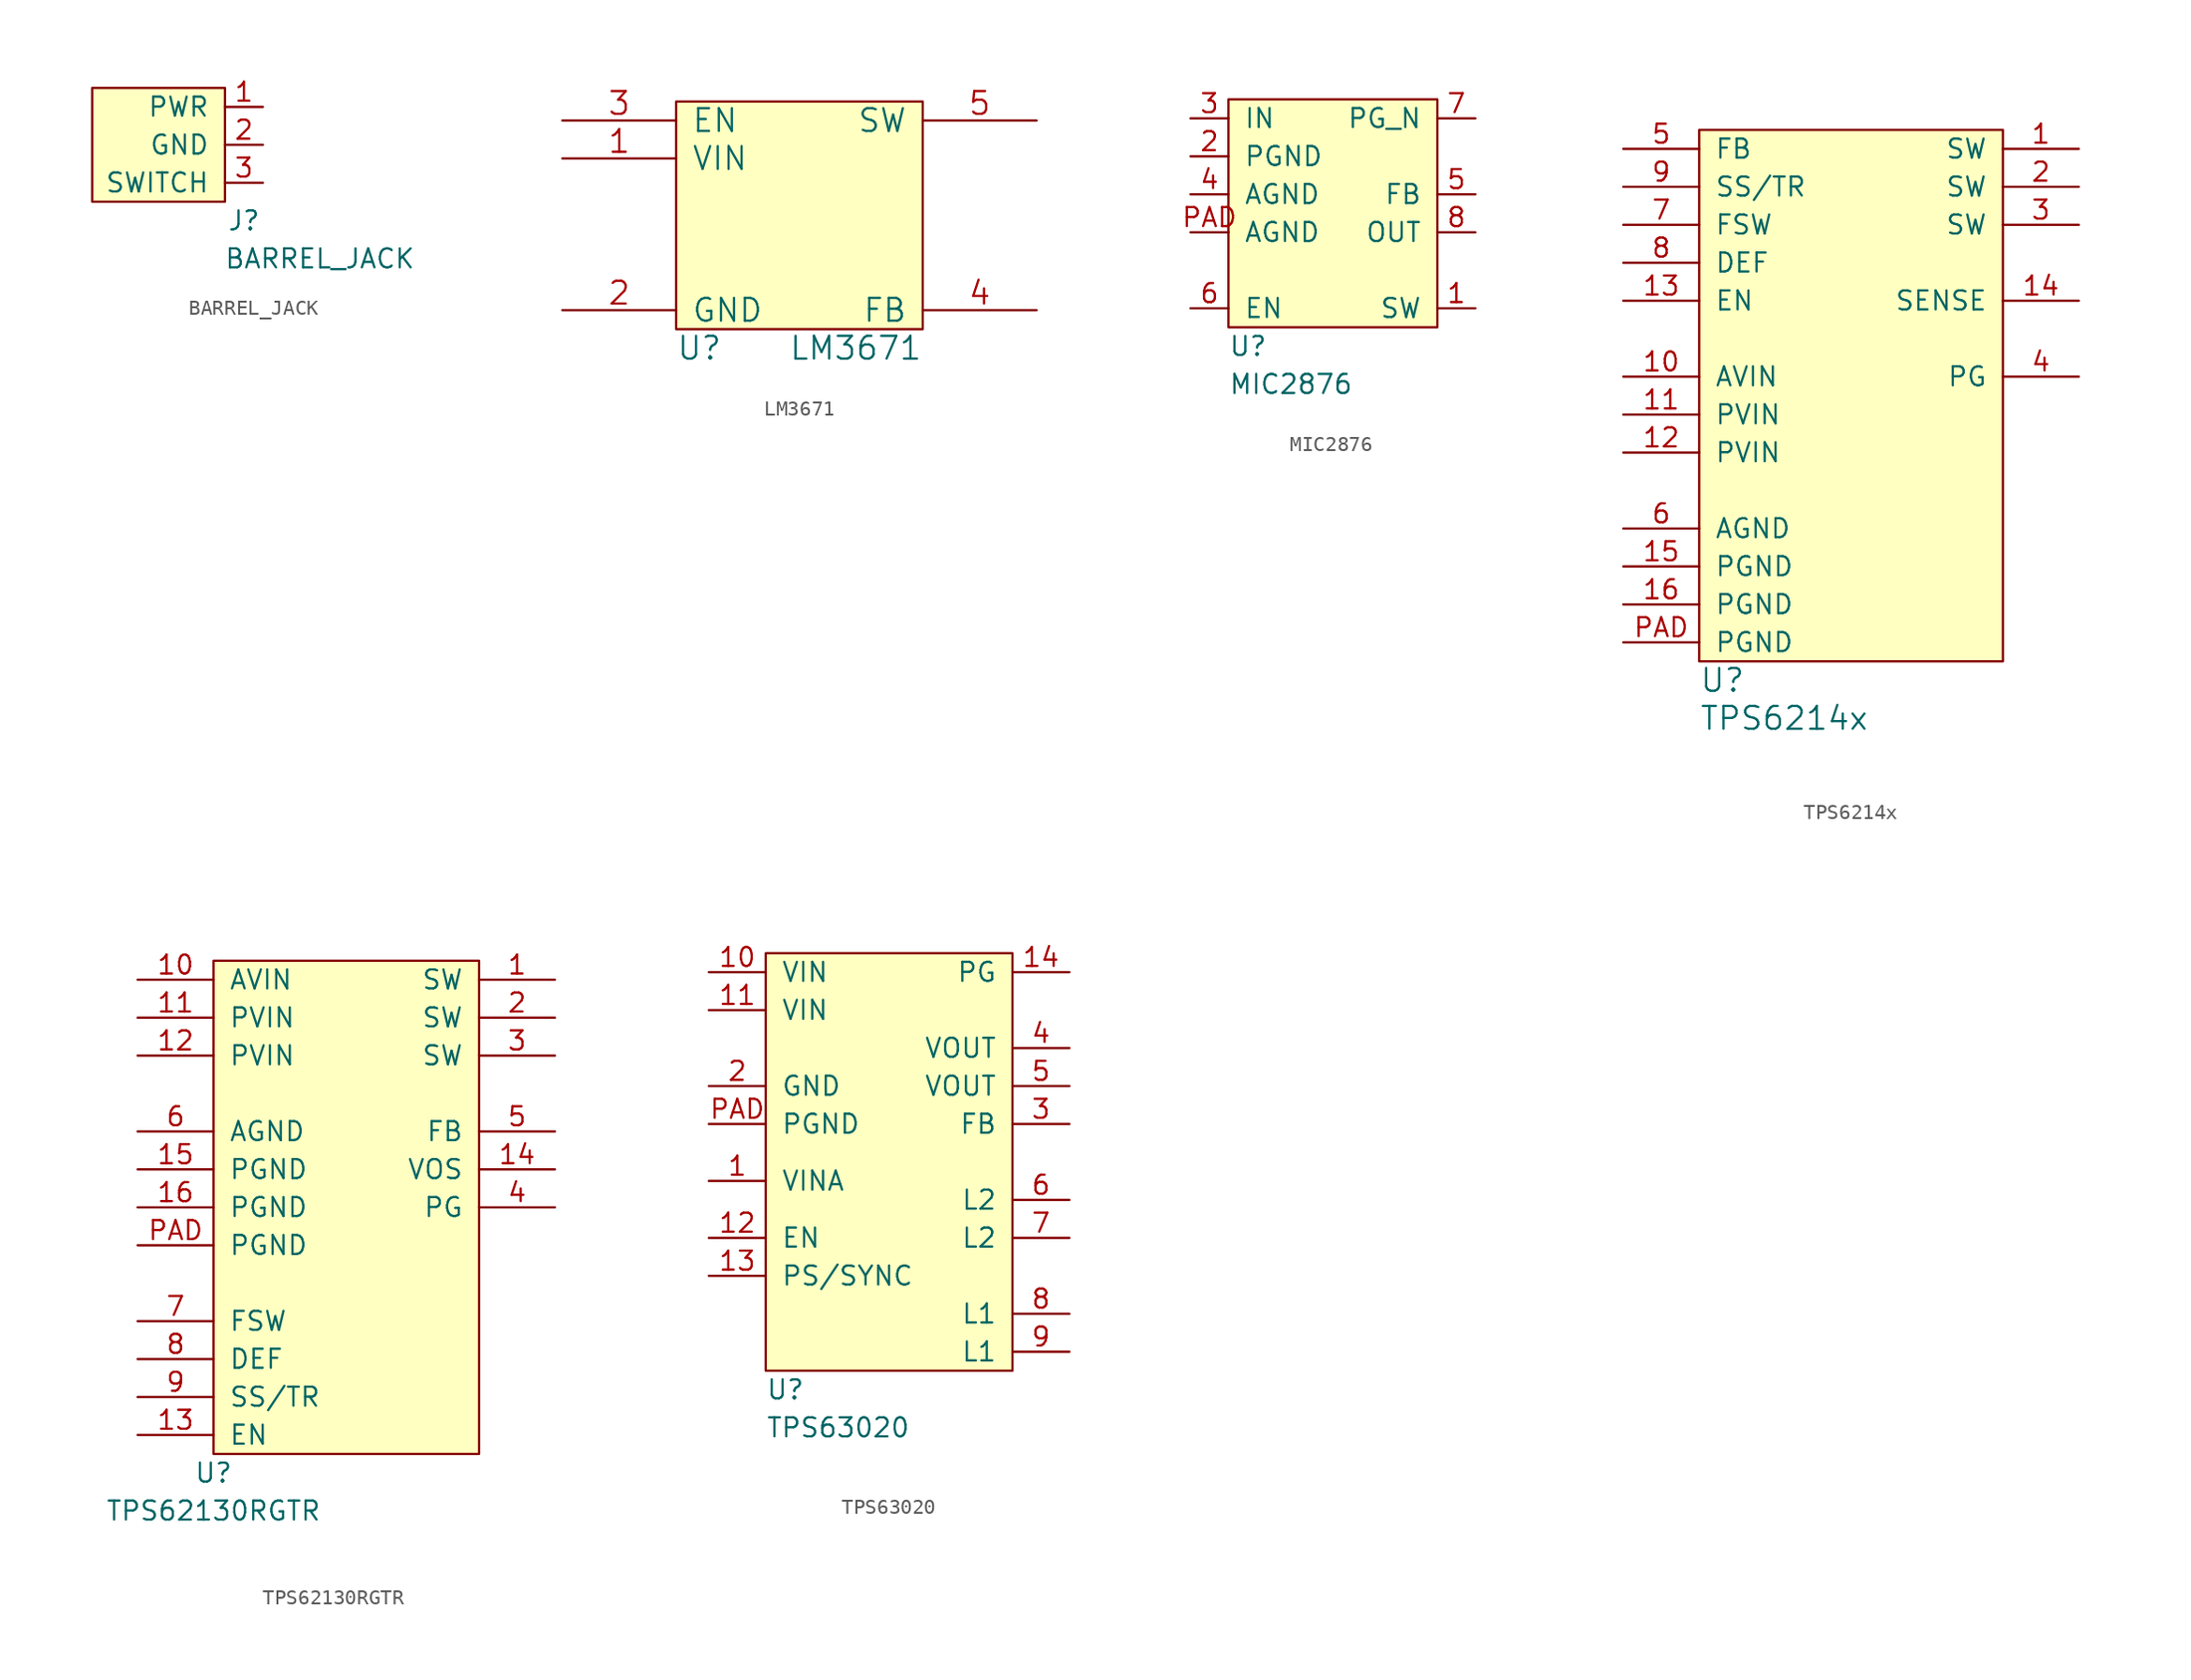
<source format=kicad_sym>
(kicad_symbol_lib
  (version 20231120)
  (generator "kicad_symbol_editor")
  (generator_version "8.0")
  (symbol "BARREL_JACK"
    (pin_names
      (offset 1.016))
    (property "Reference" "J"
      (at 1.27 -1.27 0)
      (effects (font (size 1.27 1.27))))
    (property "Value" "BARREL_JACK"
      (at 6.35 -3.81 0)
      (effects (font (size 1.27 1.27))))
    (symbol "BARREL_JACK_0_1"
      (rectangle (start 0 7.62) (end -8.89 0) (stroke (width 0) (type default)) (fill (type background))))
    (symbol "BARREL_JACK_1_1"
      (pin power_out line (at 2.54 6.35 180) (length 2.54) (name "PWR" (effects (font (size 1.27 1.27)))) (number "1" (effects (font (size 1.27 1.27)))))
      (pin power_out line (at 2.54 3.81 180) (length 2.54) (name "GND" (effects (font (size 1.27 1.27)))) (number "2" (effects (font (size 1.27 1.27)))))
      (pin passive line (at 2.54 1.27 180) (length 2.54) (name "SWITCH" (effects (font (size 1.27 1.27)))) (number "3" (effects (font (size 1.27 1.27)))))))
  (symbol "LM3671"
    (pin_names
      (offset 1.016))
    (property "Reference" "U"
      (at -7.62 -7.62 0)
      (effects (font (size 1.524 1.524)) (justify left)))
    (property "Value" "LM3671"
      (at 8.89 -7.62 0)
      (effects (font (size 1.524 1.524)) (justify right)))
    (property "Footprint" ""
      (at 0 0 0)
      (effects (font (size 1.524 1.524))))
    (property "Datasheet" ""
      (at 0 0 0)
      (effects (font (size 1.524 1.524))))
    (symbol "LM3671_0_1"
      (rectangle (start -7.62 8.89) (end 8.89 -6.35) (stroke (width 0) (type default)) (fill (type background))))
    (symbol "LM3671_1_1"
      (pin power_in line (at -15.24 5.08 0) (length 7.62) (name "VIN" (effects (font (size 1.524 1.524)))) (number "1" (effects (font (size 1.524 1.524)))))
      (pin power_in line (at -15.24 -5.08 0) (length 7.62) (name "GND" (effects (font (size 1.524 1.524)))) (number "2" (effects (font (size 1.524 1.524)))))
      (pin input line (at -15.24 7.62 0) (length 7.62) (name "EN" (effects (font (size 1.524 1.524)))) (number "3" (effects (font (size 1.524 1.524)))))
      (pin input line (at 16.51 -5.08 180) (length 7.62) (name "FB" (effects (font (size 1.524 1.524)))) (number "4" (effects (font (size 1.524 1.524)))))
      (pin power_out line (at 16.51 7.62 180) (length 7.62) (name "SW" (effects (font (size 1.524 1.524)))) (number "5" (effects (font (size 1.524 1.524)))))))
  (symbol "MIC2876"
    (pin_names
      (offset 1.016))
    (property "Reference" "U"
      (at 0 -1.27 0)
      (effects (font (size 1.27 1.27)) (justify left)))
    (property "Value" "MIC2876"
      (at 0 -3.81 0)
      (effects (font (size 1.27 1.27)) (justify left)))
    (symbol "MIC2876_0_1"
      (rectangle (start 0 15.24) (end 13.97 0) (stroke (width 0) (type default)) (fill (type background))))
    (symbol "MIC2876_1_1"
      (pin power_out line (at 16.51 1.27 180) (length 2.54) (name "SW" (effects (font (size 1.27 1.27)))) (number "1" (effects (font (size 1.27 1.27)))))
      (pin power_in line (at -2.54 11.43 0) (length 2.54) (name "PGND" (effects (font (size 1.27 1.27)))) (number "2" (effects (font (size 1.27 1.27)))))
      (pin power_in line (at -2.54 13.97 0) (length 2.54) (name "IN" (effects (font (size 1.27 1.27)))) (number "3" (effects (font (size 1.27 1.27)))))
      (pin power_in line (at -2.54 8.89 0) (length 2.54) (name "AGND" (effects (font (size 1.27 1.27)))) (number "4" (effects (font (size 1.27 1.27)))))
      (pin input line (at 16.51 8.89 180) (length 2.54) (name "FB" (effects (font (size 1.27 1.27)))) (number "5" (effects (font (size 1.27 1.27)))))
      (pin input line (at -2.54 1.27 0) (length 2.54) (name "EN" (effects (font (size 1.27 1.27)))) (number "6" (effects (font (size 1.27 1.27)))))
      (pin output line (at 16.51 13.97 180) (length 2.54) (name "PG_N" (effects (font (size 1.27 1.27)))) (number "7" (effects (font (size 1.27 1.27)))))
      (pin power_out line (at 16.51 6.35 180) (length 2.54) (name "OUT" (effects (font (size 1.27 1.27)))) (number "8" (effects (font (size 1.27 1.27)))))
      (pin power_in line (at -2.54 6.35 0) (length 2.54) (name "AGND" (effects (font (size 1.27 1.27)))) (number "PAD" (effects (font (size 1.27 1.27)))))))
  (symbol "TPS6214x"
    (pin_names
      (offset 1.016))
    (property "Reference" "U"
      (at 0 -1.27 0)
      (effects (font (size 1.524 1.524)) (justify left)))
    (property "Value" "TPS6214x"
      (at 0 -3.81 0)
      (effects (font (size 1.524 1.524)) (justify left)))
    (property "Footprint" ""
      (at 1.27 0 0)
      (effects (font (size 1.524 1.524))))
    (property "Datasheet" ""
      (at 1.27 0 0)
      (effects (font (size 1.524 1.524))))
    (symbol "TPS6214x_0_1"
      (rectangle (start 0 35.56) (end 20.32 0) (stroke (width 0) (type default)) (fill (type background))))
    (symbol "TPS6214x_1_1"
      (pin power_out line (at 25.4 34.29 180) (length 5.08) (name "SW" (effects (font (size 1.27 1.27)))) (number "1" (effects (font (size 1.27 1.27)))))
      (pin power_in line (at -5.08 19.05 0) (length 5.08) (name "AVIN" (effects (font (size 1.27 1.27)))) (number "10" (effects (font (size 1.27 1.27)))))
      (pin power_in line (at -5.08 16.51 0) (length 5.08) (name "PVIN" (effects (font (size 1.27 1.27)))) (number "11" (effects (font (size 1.27 1.27)))))
      (pin power_in line (at -5.08 13.97 0) (length 5.08) (name "PVIN" (effects (font (size 1.27 1.27)))) (number "12" (effects (font (size 1.27 1.27)))))
      (pin input line (at -5.08 24.13 0) (length 5.08) (name "EN" (effects (font (size 1.27 1.27)))) (number "13" (effects (font (size 1.27 1.27)))))
      (pin input line (at 25.4 24.13 180) (length 5.08) (name "SENSE" (effects (font (size 1.27 1.27)))) (number "14" (effects (font (size 1.27 1.27)))))
      (pin power_in line (at -5.08 6.35 0) (length 5.08) (name "PGND" (effects (font (size 1.27 1.27)))) (number "15" (effects (font (size 1.27 1.27)))))
      (pin power_in line (at -5.08 3.81 0) (length 5.08) (name "PGND" (effects (font (size 1.27 1.27)))) (number "16" (effects (font (size 1.27 1.27)))))
      (pin power_in line (at 25.4 31.75 180) (length 5.08) (name "SW" (effects (font (size 1.27 1.27)))) (number "2" (effects (font (size 1.27 1.27)))))
      (pin power_in line (at 25.4 29.21 180) (length 5.08) (name "SW" (effects (font (size 1.27 1.27)))) (number "3" (effects (font (size 1.27 1.27)))))
      (pin open_collector line (at 25.4 19.05 180) (length 5.08) (name "PG" (effects (font (size 1.27 1.27)))) (number "4" (effects (font (size 1.27 1.27)))))
      (pin input line (at -5.08 34.29 0) (length 5.08) (name "FB" (effects (font (size 1.27 1.27)))) (number "5" (effects (font (size 1.27 1.27)))))
      (pin power_in line (at -5.08 8.89 0) (length 5.08) (name "AGND" (effects (font (size 1.27 1.27)))) (number "6" (effects (font (size 1.27 1.27)))))
      (pin input line (at -5.08 29.21 0) (length 5.08) (name "FSW" (effects (font (size 1.27 1.27)))) (number "7" (effects (font (size 1.27 1.27)))))
      (pin input line (at -5.08 26.67 0) (length 5.08) (name "DEF" (effects (font (size 1.27 1.27)))) (number "8" (effects (font (size 1.27 1.27)))))
      (pin input line (at -5.08 31.75 0) (length 5.08) (name "SS/TR" (effects (font (size 1.27 1.27)))) (number "9" (effects (font (size 1.27 1.27)))))
      (pin power_in line (at -5.08 1.27 0) (length 5.08) (name "PGND" (effects (font (size 1.27 1.27)))) (number "PAD" (effects (font (size 1.27 1.27)))))))
  (symbol "TPS62130RGTR"
    (pin_names
      (offset 1.016))
    (property "Reference" "U"
      (at 0 -1.27 0)
      (effects (font (size 1.27 1.27))))
    (property "Value" "TPS62130RGTR"
      (at 0 -3.81 0)
      (effects (font (size 1.27 1.27))))
    (symbol "TPS62130RGTR_0_1"
      (rectangle (start 0 33.02) (end 17.78 0) (stroke (width 0) (type default)) (fill (type background))))
    (symbol "TPS62130RGTR_1_1"
      (pin power_out line (at 22.86 31.75 180) (length 5.08) (name "SW" (effects (font (size 1.27 1.27)))) (number "1" (effects (font (size 1.27 1.27)))))
      (pin power_in line (at -5.08 31.75 0) (length 5.08) (name "AVIN" (effects (font (size 1.27 1.27)))) (number "10" (effects (font (size 1.27 1.27)))))
      (pin power_in line (at -5.08 29.21 0) (length 5.08) (name "PVIN" (effects (font (size 1.27 1.27)))) (number "11" (effects (font (size 1.27 1.27)))))
      (pin power_in line (at -5.08 26.67 0) (length 5.08) (name "PVIN" (effects (font (size 1.27 1.27)))) (number "12" (effects (font (size 1.27 1.27)))))
      (pin input line (at -5.08 1.27 0) (length 5.08) (name "EN" (effects (font (size 1.27 1.27)))) (number "13" (effects (font (size 1.27 1.27)))))
      (pin input line (at 22.86 19.05 180) (length 5.08) (name "VOS" (effects (font (size 1.27 1.27)))) (number "14" (effects (font (size 1.27 1.27)))))
      (pin power_in line (at -5.08 19.05 0) (length 5.08) (name "PGND" (effects (font (size 1.27 1.27)))) (number "15" (effects (font (size 1.27 1.27)))))
      (pin power_in line (at -5.08 16.51 0) (length 5.08) (name "PGND" (effects (font (size 1.27 1.27)))) (number "16" (effects (font (size 1.27 1.27)))))
      (pin power_in line (at 22.86 29.21 180) (length 5.08) (name "SW" (effects (font (size 1.27 1.27)))) (number "2" (effects (font (size 1.27 1.27)))))
      (pin power_in line (at 22.86 26.67 180) (length 5.08) (name "SW" (effects (font (size 1.27 1.27)))) (number "3" (effects (font (size 1.27 1.27)))))
      (pin output line (at 22.86 16.51 180) (length 5.08) (name "PG" (effects (font (size 1.27 1.27)))) (number "4" (effects (font (size 1.27 1.27)))))
      (pin input line (at 22.86 21.59 180) (length 5.08) (name "FB" (effects (font (size 1.27 1.27)))) (number "5" (effects (font (size 1.27 1.27)))))
      (pin power_in line (at -5.08 21.59 0) (length 5.08) (name "AGND" (effects (font (size 1.27 1.27)))) (number "6" (effects (font (size 1.27 1.27)))))
      (pin input line (at -5.08 8.89 0) (length 5.08) (name "FSW" (effects (font (size 1.27 1.27)))) (number "7" (effects (font (size 1.27 1.27)))))
      (pin input line (at -5.08 6.35 0) (length 5.08) (name "DEF" (effects (font (size 1.27 1.27)))) (number "8" (effects (font (size 1.27 1.27)))))
      (pin input line (at -5.08 3.81 0) (length 5.08) (name "SS/TR" (effects (font (size 1.27 1.27)))) (number "9" (effects (font (size 1.27 1.27)))))
      (pin power_in line (at -5.08 13.97 0) (length 5.08) (name "PGND" (effects (font (size 1.27 1.27)))) (number "PAD" (effects (font (size 1.27 1.27)))))))
  (symbol "TPS63020"
    (pin_names
      (offset 1.016))
    (property "Reference" "U"
      (at 0 -1.27 0)
      (effects (font (size 1.27 1.27)) (justify left)))
    (property "Value" "TPS63020"
      (at 0 -3.81 0)
      (effects (font (size 1.27 1.27)) (justify left)))
    (symbol "TPS63020_0_1"
      (rectangle (start 0 27.94) (end 16.51 0) (stroke (width 0) (type default)) (fill (type background))))
    (symbol "TPS63020_1_1"
      (pin power_out line (at -3.81 12.7 0) (length 3.81) (name "VINA" (effects (font (size 1.27 1.27)))) (number "1" (effects (font (size 1.27 1.27)))))
      (pin power_in line (at -3.81 26.67 0) (length 3.81) (name "VIN" (effects (font (size 1.27 1.27)))) (number "10" (effects (font (size 1.27 1.27)))))
      (pin power_in line (at -3.81 24.13 0) (length 3.81) (name "VIN" (effects (font (size 1.27 1.27)))) (number "11" (effects (font (size 1.27 1.27)))))
      (pin input line (at -3.81 8.89 0) (length 3.81) (name "EN" (effects (font (size 1.27 1.27)))) (number "12" (effects (font (size 1.27 1.27)))))
      (pin input line (at -3.81 6.35 0) (length 3.81) (name "PS/SYNC" (effects (font (size 1.27 1.27)))) (number "13" (effects (font (size 1.27 1.27)))))
      (pin output line (at 20.32 26.67 180) (length 3.81) (name "PG" (effects (font (size 1.27 1.27)))) (number "14" (effects (font (size 1.27 1.27)))))
      (pin power_in line (at -3.81 19.05 0) (length 3.81) (name "GND" (effects (font (size 1.27 1.27)))) (number "2" (effects (font (size 1.27 1.27)))))
      (pin input line (at 20.32 16.51 180) (length 3.81) (name "FB" (effects (font (size 1.27 1.27)))) (number "3" (effects (font (size 1.27 1.27)))))
      (pin power_out line (at 20.32 21.59 180) (length 3.81) (name "VOUT" (effects (font (size 1.27 1.27)))) (number "4" (effects (font (size 1.27 1.27)))))
      (pin power_in line (at 20.32 19.05 180) (length 3.81) (name "VOUT" (effects (font (size 1.27 1.27)))) (number "5" (effects (font (size 1.27 1.27)))))
      (pin passive line (at 20.32 11.43 180) (length 3.81) (name "L2" (effects (font (size 1.27 1.27)))) (number "6" (effects (font (size 1.27 1.27)))))
      (pin passive line (at 20.32 8.89 180) (length 3.81) (name "L2" (effects (font (size 1.27 1.27)))) (number "7" (effects (font (size 1.27 1.27)))))
      (pin passive line (at 20.32 3.81 180) (length 3.81) (name "L1" (effects (font (size 1.27 1.27)))) (number "8" (effects (font (size 1.27 1.27)))))
      (pin passive line (at 20.32 1.27 180) (length 3.81) (name "L1" (effects (font (size 1.27 1.27)))) (number "9" (effects (font (size 1.27 1.27)))))
      (pin power_in line (at -3.81 16.51 0) (length 3.81) (name "PGND" (effects (font (size 1.27 1.27)))) (number "PAD" (effects (font (size 1.27 1.27))))))))
</source>
